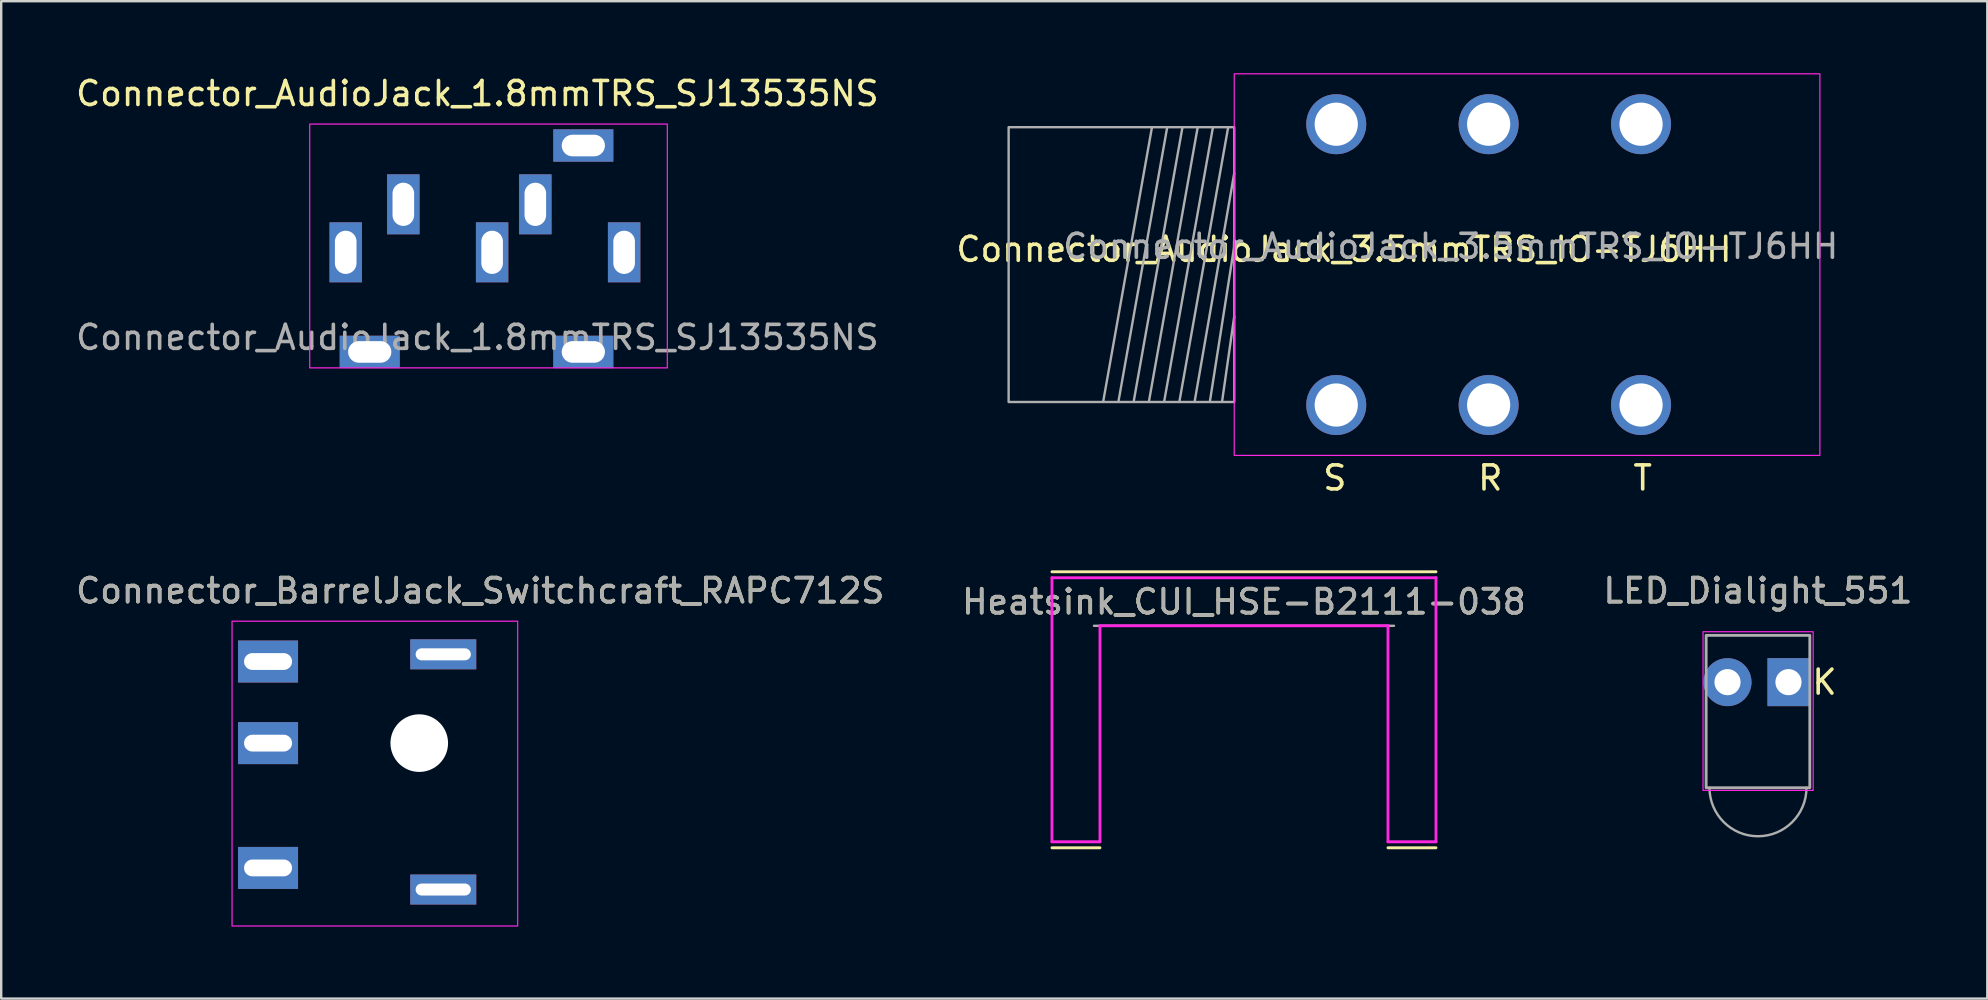
<source format=kicad_pcb>
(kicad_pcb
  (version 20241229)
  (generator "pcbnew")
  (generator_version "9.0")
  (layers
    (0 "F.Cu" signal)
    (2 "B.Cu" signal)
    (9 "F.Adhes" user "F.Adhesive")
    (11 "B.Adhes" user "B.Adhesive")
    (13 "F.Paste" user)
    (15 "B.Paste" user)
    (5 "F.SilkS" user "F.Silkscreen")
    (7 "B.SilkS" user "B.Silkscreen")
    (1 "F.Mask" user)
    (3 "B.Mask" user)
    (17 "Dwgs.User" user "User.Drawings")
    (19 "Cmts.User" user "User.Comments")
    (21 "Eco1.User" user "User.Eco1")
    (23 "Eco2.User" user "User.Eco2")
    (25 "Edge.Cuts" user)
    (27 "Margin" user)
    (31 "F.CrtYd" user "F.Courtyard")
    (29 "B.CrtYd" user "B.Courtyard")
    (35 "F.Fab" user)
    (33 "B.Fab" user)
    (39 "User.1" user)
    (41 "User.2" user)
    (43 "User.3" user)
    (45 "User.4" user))
  (footprint "Heatsink_CUI_HSE-B2111-038"
    (layer "F.Cu")
    (at 48.78 21.023)
    (property "Reference" "Heatsink_CUI_HSE-B2111-038" (at 0 1 0) (unlocked yes) (layer "F.SilkS") (effects (font (size 1 1) (thickness 0.15))))
    (fp_line (start -8 -0.25) (end 8 -0.25) (stroke (width 0.12) (type solid)) (layer "F.SilkS"))
    (fp_line (start -8 11.25) (end -6 11.25) (stroke (width 0.12) (type solid)) (layer "F.SilkS"))
    (fp_line (start 6 11.25) (end 8 11.25) (stroke (width 0.12) (type solid)) (layer "F.SilkS"))
    (fp_line (start -8 0) (end -8 11) (stroke (width 0.12) (type solid)) (layer "F.CrtYd"))
    (fp_line (start -8 0) (end 8 0) (stroke (width 0.12) (type solid)) (layer "F.CrtYd"))
    (fp_line (start -8 11) (end -6 11) (stroke (width 0.12) (type solid)) (layer "F.CrtYd"))
    (fp_line (start -6 2) (end 6 2) (stroke (width 0.12) (type solid)) (layer "F.CrtYd"))
    (fp_line (start -6 11) (end -6 2) (stroke (width 0.12) (type solid)) (layer "F.CrtYd"))
    (fp_line (start 6 2) (end 6 11) (stroke (width 0.12) (type solid)) (layer "F.CrtYd"))
    (fp_line (start 6 11) (end 8 11) (stroke (width 0.12) (type solid)) (layer "F.CrtYd"))
    (fp_line (start 8 11) (end 8 0) (stroke (width 0.12) (type solid)) (layer "F.CrtYd"))
    (fp_line (start -6.25 2) (end 6.25 2) (stroke (width 0.1) (type solid)) (layer "F.Fab"))
    (fp_text user "${REFERENCE}" (at 0 1 0) (unlocked yes) (layer "F.Fab") (effects (font (size 1 1) (thickness 0.15)))))
  (footprint "LED_Dialight_551"
    (layer "F.Cu")
    (at 70.196 25.372)
    (property "Reference" "LED_Dialight_551" (at 0 -3.81 0) (unlocked yes) (layer "F.SilkS") (effects (font (size 1 1) (thickness 0.15))))
    (attr through_hole)
    (fp_rect (start -2.29 -2.1) (end 2.3 4.51) (stroke (width 0.05) (type solid)) (fill no) (layer "F.CrtYd"))
    (fp_rect (start -2.16 -1.95) (end 2.16 4.4) (stroke (width 0.12) (type solid)) (fill no) (layer "F.Fab"))
    (fp_arc (start 2.02 4.4) (mid 0 6.42) (end -2.02 4.4) (stroke (width 0.1) (type solid)) (layer "F.Fab"))
    (fp_text user "K" (at 2.77 0 0) (unlocked yes) (layer "F.SilkS") (effects (font (size 1 1) (thickness 0.15))))
    (fp_text user "${REFERENCE}" (at 0 -3.81 0) (unlocked yes) (layer "F.Fab") (effects (font (size 1 1) (thickness 0.15))))
    (pad "1" thru_hole circle (at -1.27 0 90) (size 2 2) (drill 1.09) (layers "*.Cu" "*.Mask"))
    (pad "2" thru_hole rect (at 1.27 0 90) (size 2 1.75) (drill 1.09) (layers "*.Cu" "*.Mask")))
  (footprint "Connector_BarrelJack_Switchcraft_RAPC712S"
    (layer "F.Cu")
    (at 14.418 27.912)
    (property "Reference" "Connector_BarrelJack_Switchcraft_RAPC712S" (at 2.54 -6.35 0) (unlocked yes) (layer "F.SilkS") (effects (font (size 1 1) (thickness 0.15))))
    (attr through_hole)
    (fp_rect (start -7.8 -5.08) (end 4.1 7.62) (stroke (width 0.05) (type solid)) (fill no) (layer "F.CrtYd"))
    (fp_text user "${REFERENCE}" (at 2.54 -6.35 0) (unlocked yes) (layer "F.Fab") (effects (font (size 1 1) (thickness 0.15))))
    (pad "" np_thru_hole circle (at 0 0 90) (size 2.4 2.4) (drill 2.4) (layers "*.Cu" "*.Mask"))
    (pad "1" thru_hole rect (at -6.3 -3.4 90) (size 1.75 2.5) (drill oval 0.7 2) (layers "*.Cu" "*.Mask"))
    (pad "2" thru_hole rect (at -6.3 0 90) (size 1.75 2.5) (drill oval 0.7 2) (layers "*.Cu" "*.Mask"))
    (pad "3" thru_hole rect (at -6.3 5.2 90) (size 1.75 2.5) (drill oval 0.7 2) (layers "*.Cu" "*.Mask"))
    (pad "MP" thru_hole rect (at 1 -3.7 90) (size 1.25 2.75) (drill oval 0.5 2.3) (layers "*.Cu" "*.Mask"))
    (pad "MP" thru_hole rect (at 1 6.1 90) (size 1.25 2.75) (drill oval 0.5 2.3) (layers "*.Cu" "*.Mask")))
  (footprint "Connector_AudioJack_3.5mmTRS_IO-TJ6HH"
    (layer "F.Cu")
    (at 48.374 7.975)
    (property "Reference" "Connector_AudioJack_3.5mmTRS_IO-TJ6HH" (at 4.572 -0.635 0) (unlocked yes) (layer "F.SilkS") (effects (font (size 1 1) (thickness 0.15))))
    (attr through_hole)
    (fp_rect (start 0 -7.95) (end 24.4 7.95) (stroke (width 0.05) (type solid)) (fill no) (layer "F.CrtYd"))
    (fp_line (start -5.461 5.715) (end -3.429 -5.715) (stroke (width 0.1) (type solid)) (layer "F.Fab"))
    (fp_line (start -4.826 5.715) (end -2.794 -5.715) (stroke (width 0.1) (type solid)) (layer "F.Fab"))
    (fp_line (start -4.191 5.715) (end -2.159 -5.715) (stroke (width 0.1) (type solid)) (layer "F.Fab"))
    (fp_line (start -3.556 5.715) (end -1.524 -5.715) (stroke (width 0.1) (type solid)) (layer "F.Fab"))
    (fp_line (start -2.921 5.715) (end -0.889 -5.715) (stroke (width 0.1) (type solid)) (layer "F.Fab"))
    (fp_line (start -2.286 5.715) (end -0.254 -5.715) (stroke (width 0.1) (type solid)) (layer "F.Fab"))
    (fp_line (start -1.651 5.715) (end 0 -3.81) (stroke (width 0.1) (type solid)) (layer "F.Fab"))
    (fp_line (start -1.016 5.715) (end 0 -0.762) (stroke (width 0.1) (type solid)) (layer "F.Fab"))
    (fp_line (start -0.508 5.715) (end 0 2.159) (stroke (width 0.1) (type solid)) (layer "F.Fab"))
    (fp_rect (start -9.4 -5.725) (end 0 5.725) (stroke (width 0.1) (type solid)) (fill no) (layer "F.Fab"))
    (fp_text user "T" (at 17.018 8.89 0) (unlocked yes) (layer "F.SilkS") (effects (font (size 1 1) (thickness 0.15))))
    (fp_text user "S" (at 4.191 8.89 0) (unlocked yes) (layer "F.SilkS") (effects (font (size 1 1) (thickness 0.15))))
    (fp_text user "R" (at 10.668 8.89 0) (unlocked yes) (layer "F.SilkS") (effects (font (size 1 1) (thickness 0.15))))
    (fp_text user "${REFERENCE}" (at 9.017 -0.762 0) (unlocked yes) (layer "F.Fab") (effects (font (size 1 1) (thickness 0.15))))
    (pad "R" thru_hole circle (at 10.6 5.85) (size 2.5 2.5) (drill 1.8) (layers "*.Cu" "*.Mask"))
    (pad "RN" thru_hole circle (at 10.6 -5.85) (size 2.5 2.5) (drill 1.8) (layers "*.Cu" "*.Mask"))
    (pad "S" thru_hole circle (at 4.25 5.85) (size 2.5 2.5) (drill 1.8) (layers "*.Cu" "*.Mask"))
    (pad "SN" thru_hole circle (at 4.25 -5.85) (size 2.5 2.5) (drill 1.8) (layers "*.Cu" "*.Mask"))
    (pad "T" thru_hole circle (at 16.95 5.85) (size 2.5 2.5) (drill 1.8) (layers "*.Cu" "*.Mask"))
    (pad "TN" thru_hole circle (at 16.95 -5.85) (size 2.5 2.5) (drill 1.8) (layers "*.Cu" "*.Mask")))
  (footprint "Connector_AudioJack_1.8mmTRS_SJ13535NS"
    (layer "F.Cu")
    (at 9.854 6.563)
    (property "Reference" "Connector_AudioJack_1.8mmTRS_SJ13535NS" (at 6.985 -5.715 0) (unlocked yes) (layer "F.SilkS") (effects (font (size 1 1) (thickness 0.15))))
    (attr through_hole)
    (fp_rect (start 0 -4.445) (end 14.9 5.715) (stroke (width 0.05) (type solid)) (fill no) (layer "F.CrtYd"))
    (fp_text user "${REFERENCE}" (at 6.985 4.445 0) (unlocked yes) (layer "F.Fab") (effects (font (size 1 1) (thickness 0.15))))
    (pad "1" thru_hole rect (at 1.5 0.9 180) (size 1.35 2.5) (drill oval 0.9 1.8) (layers "*.Cu" "*.Mask"))
    (pad "2" thru_hole rect (at 3.9 -1.1) (size 1.35 2.5) (drill oval 0.9 1.8) (layers "*.Cu" "*.Mask"))
    (pad "3" thru_hole rect (at 9.4 -1.1) (size 1.35 2.5) (drill oval 0.9 1.8) (layers "*.Cu" "*.Mask"))
    (pad "4" thru_hole rect (at 13.1 0.9) (size 1.35 2.5) (drill oval 0.9 1.8) (layers "*.Cu" "*.Mask"))
    (pad "5" thru_hole rect (at 7.6 0.9) (size 1.35 2.5) (drill oval 0.9 1.8) (layers "*.Cu" "*.Mask"))
    (pad "MP" thru_hole rect (at 2.5 5.05 90) (size 1.35 2.5) (drill oval 0.9 1.8) (layers "*.Cu" "*.Mask"))
    (pad "MP" thru_hole rect (at 11.4 -3.55 90) (size 1.35 2.5) (drill oval 0.9 1.8) (layers "*.Cu" "*.Mask"))
    (pad "MP" thru_hole rect (at 11.4 5.05 90) (size 1.35 2.5) (drill oval 0.9 1.8) (layers "*.Cu" "*.Mask")))
  (gr_rect
    (start -3 -3)
    (end 79.75 38.556)
    (stroke (width 0.1) (type default))
    (fill no)
    (layer "Edge.Cuts")))
</source>
